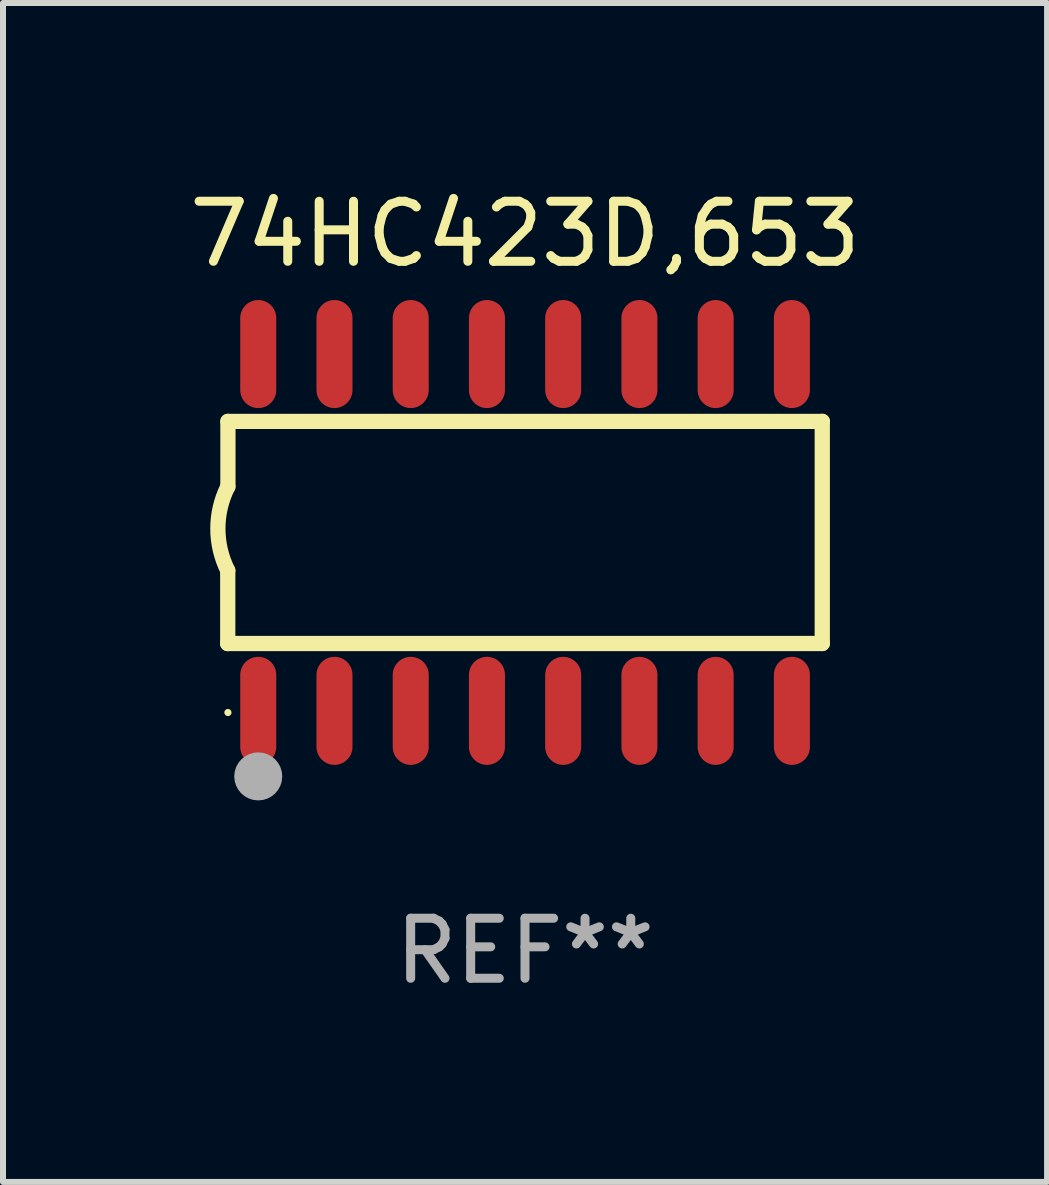
<source format=kicad_pcb>
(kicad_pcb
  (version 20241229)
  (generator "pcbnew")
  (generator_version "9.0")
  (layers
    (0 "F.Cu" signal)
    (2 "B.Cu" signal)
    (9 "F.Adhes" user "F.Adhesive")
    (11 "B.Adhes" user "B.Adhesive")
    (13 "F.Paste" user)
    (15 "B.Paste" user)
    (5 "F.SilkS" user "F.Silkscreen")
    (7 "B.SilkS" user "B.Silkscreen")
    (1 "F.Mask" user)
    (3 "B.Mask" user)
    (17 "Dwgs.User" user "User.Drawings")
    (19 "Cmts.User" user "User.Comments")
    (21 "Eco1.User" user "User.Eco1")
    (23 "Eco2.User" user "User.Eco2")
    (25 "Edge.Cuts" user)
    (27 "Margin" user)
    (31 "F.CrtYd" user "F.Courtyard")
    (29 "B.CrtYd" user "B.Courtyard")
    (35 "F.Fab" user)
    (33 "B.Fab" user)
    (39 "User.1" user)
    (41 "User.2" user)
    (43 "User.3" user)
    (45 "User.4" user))
  (footprint "74HC423D,653"
    (layer "F.Cu")
    (at 5.696 5.82)
    (property "Reference" "74HC423D,653" (at 0 -4.972 0) (layer "F.SilkS") (effects (font (size 1 1) (thickness 0.15))))
    (attr through_hole)
    (fp_line (start -4.952 0.635) (end -4.952 1.85) (stroke (width 0.254) (type solid)) (layer "F.SilkS"))
    (fp_line (start -4.952 1.85) (end -4.949 1.85) (stroke (width 0.254) (type solid)) (layer "F.SilkS"))
    (fp_line (start -4.949 -1.85) (end -4.949 -0.762) (stroke (width 0.254) (type solid)) (layer "F.SilkS"))
    (fp_line (start -4.949 1.85) (end 4.952 1.85) (stroke (width 0.254) (type solid)) (layer "F.SilkS"))
    (fp_line (start 4.952 -1.85) (end -4.949 -1.85) (stroke (width 0.254) (type solid)) (layer "F.SilkS"))
    (fp_line (start 4.952 1.85) (end 4.952 -1.85) (stroke (width 0.254) (type solid)) (layer "F.SilkS"))
    (fp_arc (start -4.951524 0.635001) (mid -5.116418 -0.0635) (end -4.951524 -0.762002) (stroke (width 0.254001) (type solid)) (layer "F.SilkS"))
    (fp_circle (center -4.949 3) (end -4.919 3) (stroke (width 0.06) (type solid)) (fill no) (layer "F.SilkS"))
    (fp_circle (center -4.444 4.064) (end -4.244 4.064) (stroke (width 0.4) (type solid)) (fill no) (layer "F.Fab"))
    (fp_text user "REF**" (at 0 6.972 0) (layer "F.Fab") (effects (font (size 1 1) (thickness 0.15))))
    (pad "1" smd oval (at -4.444 2.972 180) (size 0.6 1.8) (layers "F.Cu" "F.Mask" "F.Paste"))
    (pad "2" smd oval (at -3.174 2.972 180) (size 0.6 1.8) (layers "F.Cu" "F.Mask" "F.Paste"))
    (pad "3" smd oval (at -1.904 2.972 180) (size 0.6 1.8) (layers "F.Cu" "F.Mask" "F.Paste"))
    (pad "4" smd oval (at -0.634 2.972 180) (size 0.6 1.8) (layers "F.Cu" "F.Mask" "F.Paste"))
    (pad "5" smd oval (at 0.636 2.972 180) (size 0.6 1.8) (layers "F.Cu" "F.Mask" "F.Paste"))
    (pad "6" smd oval (at 1.906 2.972 180) (size 0.6 1.8) (layers "F.Cu" "F.Mask" "F.Paste"))
    (pad "7" smd oval (at 3.176 2.972 180) (size 0.6 1.8) (layers "F.Cu" "F.Mask" "F.Paste"))
    (pad "8" smd oval (at 4.446 2.972 180) (size 0.6 1.8) (layers "F.Cu" "F.Mask" "F.Paste"))
    (pad "9" smd oval (at 4.446 -2.972 180) (size 0.6 1.8) (layers "F.Cu" "F.Mask" "F.Paste"))
    (pad "10" smd oval (at 3.176 -2.972 180) (size 0.6 1.8) (layers "F.Cu" "F.Mask" "F.Paste"))
    (pad "11" smd oval (at 1.906 -2.972 180) (size 0.6 1.8) (layers "F.Cu" "F.Mask" "F.Paste"))
    (pad "12" smd oval (at 0.636 -2.972 180) (size 0.6 1.8) (layers "F.Cu" "F.Mask" "F.Paste"))
    (pad "13" smd oval (at -0.634 -2.972 180) (size 0.6 1.8) (layers "F.Cu" "F.Mask" "F.Paste"))
    (pad "14" smd oval (at -1.904 -2.972 180) (size 0.6 1.8) (layers "F.Cu" "F.Mask" "F.Paste"))
    (pad "15" smd oval (at -3.174 -2.972 180) (size 0.6 1.8) (layers "F.Cu" "F.Mask" "F.Paste"))
    (pad "16" smd oval (at -4.444 -2.972 180) (size 0.6 1.8) (layers "F.Cu" "F.Mask" "F.Paste")))
  (gr_rect
    (start -3 -3)
    (end 14.393 16.64)
    (stroke (width 0.1) (type default))
    (fill no)
    (layer "Edge.Cuts")))
</source>
